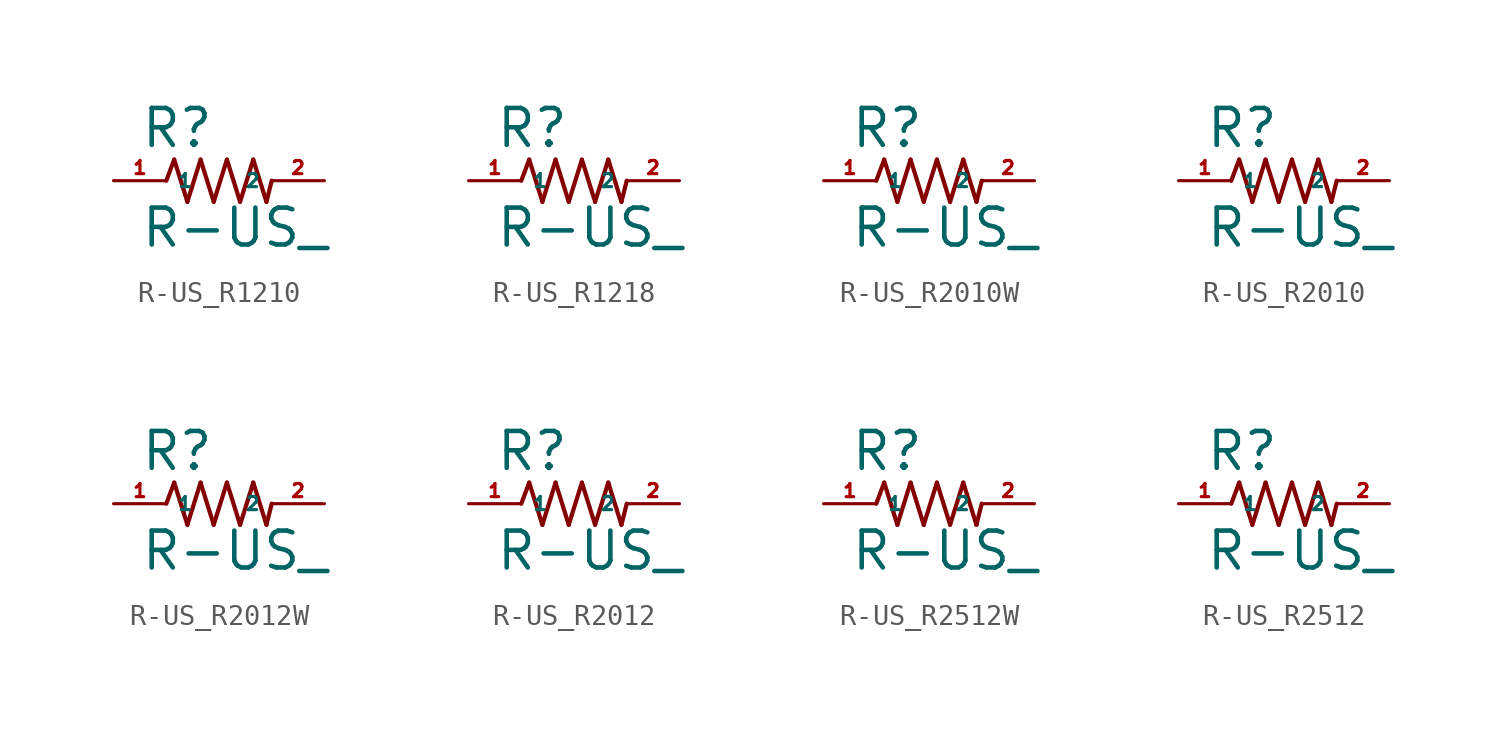
<source format=kicad_sym>
(kicad_symbol_lib
  (version 20220914)
  (generator Eagle2Kicad)
  (symbol "R-US_R1210"
    (property "Reference" "R"
      (at -3.81 1.499 0)
      (effects (font (size 1.778 1.778) (thickness 0.22)) (justify left bottom)))
    (property "Value" "R-US_"
      (at -3.81 -3.302 0)
      (effects (font (size 1.778 1.778) (thickness 0.22)) (justify left bottom)))
    (polyline
      (pts (xy -2.54 0) (xy -2.159 1.016))
      (stroke (width 0.203) (type default))
      (fill (type none)))
    (polyline
      (pts (xy -2.159 1.016) (xy -1.524 -1.016))
      (stroke (width 0.203) (type default))
      (fill (type none)))
    (polyline
      (pts (xy -1.524 -1.016) (xy -0.889 1.016))
      (stroke (width 0.203) (type default))
      (fill (type none)))
    (polyline
      (pts (xy -0.889 1.016) (xy -0.254 -1.016))
      (stroke (width 0.203) (type default))
      (fill (type none)))
    (polyline
      (pts (xy -0.254 -1.016) (xy 0.381 1.016))
      (stroke (width 0.203) (type default))
      (fill (type none)))
    (polyline
      (pts (xy 0.381 1.016) (xy 1.016 -1.016))
      (stroke (width 0.203) (type default))
      (fill (type none)))
    (polyline
      (pts (xy 1.016 -1.016) (xy 1.651 1.016))
      (stroke (width 0.203) (type default))
      (fill (type none)))
    (polyline
      (pts (xy 1.651 1.016) (xy 2.286 -1.016))
      (stroke (width 0.203) (type default))
      (fill (type none)))
    (polyline
      (pts (xy 2.286 -1.016) (xy 2.54 0))
      (stroke (width 0.203) (type default))
      (fill (type none)))
    (pin passive line
      (at 5.08 0 180)
      (length 2.54)
      (name "2" (effects (font (size 0.635 0.635) (thickness 0.08)) (justify left bottom)))
      (number "2" (effects (font (size 0.635 0.635) (thickness 0.08)) (justify left bottom))))
    (pin passive line
      (at -5.08 0 0)
      (length 2.54)
      (name "1" (effects (font (size 0.635 0.635) (thickness 0.08)) (justify left bottom)))
      (number "1" (effects (font (size 0.635 0.635) (thickness 0.08)) (justify left bottom)))))
  (symbol "R-US_R1218"
    (property "Reference" "R"
      (at -3.81 1.499 0)
      (effects (font (size 1.778 1.778) (thickness 0.22)) (justify left bottom)))
    (property "Value" "R-US_"
      (at -3.81 -3.302 0)
      (effects (font (size 1.778 1.778) (thickness 0.22)) (justify left bottom)))
    (polyline
      (pts (xy -2.54 0) (xy -2.159 1.016))
      (stroke (width 0.203) (type default))
      (fill (type none)))
    (polyline
      (pts (xy -2.159 1.016) (xy -1.524 -1.016))
      (stroke (width 0.203) (type default))
      (fill (type none)))
    (polyline
      (pts (xy -1.524 -1.016) (xy -0.889 1.016))
      (stroke (width 0.203) (type default))
      (fill (type none)))
    (polyline
      (pts (xy -0.889 1.016) (xy -0.254 -1.016))
      (stroke (width 0.203) (type default))
      (fill (type none)))
    (polyline
      (pts (xy -0.254 -1.016) (xy 0.381 1.016))
      (stroke (width 0.203) (type default))
      (fill (type none)))
    (polyline
      (pts (xy 0.381 1.016) (xy 1.016 -1.016))
      (stroke (width 0.203) (type default))
      (fill (type none)))
    (polyline
      (pts (xy 1.016 -1.016) (xy 1.651 1.016))
      (stroke (width 0.203) (type default))
      (fill (type none)))
    (polyline
      (pts (xy 1.651 1.016) (xy 2.286 -1.016))
      (stroke (width 0.203) (type default))
      (fill (type none)))
    (polyline
      (pts (xy 2.286 -1.016) (xy 2.54 0))
      (stroke (width 0.203) (type default))
      (fill (type none)))
    (pin passive line
      (at 5.08 0 180)
      (length 2.54)
      (name "2" (effects (font (size 0.635 0.635) (thickness 0.08)) (justify left bottom)))
      (number "2" (effects (font (size 0.635 0.635) (thickness 0.08)) (justify left bottom))))
    (pin passive line
      (at -5.08 0 0)
      (length 2.54)
      (name "1" (effects (font (size 0.635 0.635) (thickness 0.08)) (justify left bottom)))
      (number "1" (effects (font (size 0.635 0.635) (thickness 0.08)) (justify left bottom)))))
  (symbol "R-US_R2010W"
    (property "Reference" "R"
      (at -3.81 1.499 0)
      (effects (font (size 1.778 1.778) (thickness 0.22)) (justify left bottom)))
    (property "Value" "R-US_"
      (at -3.81 -3.302 0)
      (effects (font (size 1.778 1.778) (thickness 0.22)) (justify left bottom)))
    (polyline
      (pts (xy -2.54 0) (xy -2.159 1.016))
      (stroke (width 0.203) (type default))
      (fill (type none)))
    (polyline
      (pts (xy -2.159 1.016) (xy -1.524 -1.016))
      (stroke (width 0.203) (type default))
      (fill (type none)))
    (polyline
      (pts (xy -1.524 -1.016) (xy -0.889 1.016))
      (stroke (width 0.203) (type default))
      (fill (type none)))
    (polyline
      (pts (xy -0.889 1.016) (xy -0.254 -1.016))
      (stroke (width 0.203) (type default))
      (fill (type none)))
    (polyline
      (pts (xy -0.254 -1.016) (xy 0.381 1.016))
      (stroke (width 0.203) (type default))
      (fill (type none)))
    (polyline
      (pts (xy 0.381 1.016) (xy 1.016 -1.016))
      (stroke (width 0.203) (type default))
      (fill (type none)))
    (polyline
      (pts (xy 1.016 -1.016) (xy 1.651 1.016))
      (stroke (width 0.203) (type default))
      (fill (type none)))
    (polyline
      (pts (xy 1.651 1.016) (xy 2.286 -1.016))
      (stroke (width 0.203) (type default))
      (fill (type none)))
    (polyline
      (pts (xy 2.286 -1.016) (xy 2.54 0))
      (stroke (width 0.203) (type default))
      (fill (type none)))
    (pin passive line
      (at 5.08 0 180)
      (length 2.54)
      (name "2" (effects (font (size 0.635 0.635) (thickness 0.08)) (justify left bottom)))
      (number "2" (effects (font (size 0.635 0.635) (thickness 0.08)) (justify left bottom))))
    (pin passive line
      (at -5.08 0 0)
      (length 2.54)
      (name "1" (effects (font (size 0.635 0.635) (thickness 0.08)) (justify left bottom)))
      (number "1" (effects (font (size 0.635 0.635) (thickness 0.08)) (justify left bottom)))))
  (symbol "R-US_R2010"
    (property "Reference" "R"
      (at -3.81 1.499 0)
      (effects (font (size 1.778 1.778) (thickness 0.22)) (justify left bottom)))
    (property "Value" "R-US_"
      (at -3.81 -3.302 0)
      (effects (font (size 1.778 1.778) (thickness 0.22)) (justify left bottom)))
    (polyline
      (pts (xy -2.54 0) (xy -2.159 1.016))
      (stroke (width 0.203) (type default))
      (fill (type none)))
    (polyline
      (pts (xy -2.159 1.016) (xy -1.524 -1.016))
      (stroke (width 0.203) (type default))
      (fill (type none)))
    (polyline
      (pts (xy -1.524 -1.016) (xy -0.889 1.016))
      (stroke (width 0.203) (type default))
      (fill (type none)))
    (polyline
      (pts (xy -0.889 1.016) (xy -0.254 -1.016))
      (stroke (width 0.203) (type default))
      (fill (type none)))
    (polyline
      (pts (xy -0.254 -1.016) (xy 0.381 1.016))
      (stroke (width 0.203) (type default))
      (fill (type none)))
    (polyline
      (pts (xy 0.381 1.016) (xy 1.016 -1.016))
      (stroke (width 0.203) (type default))
      (fill (type none)))
    (polyline
      (pts (xy 1.016 -1.016) (xy 1.651 1.016))
      (stroke (width 0.203) (type default))
      (fill (type none)))
    (polyline
      (pts (xy 1.651 1.016) (xy 2.286 -1.016))
      (stroke (width 0.203) (type default))
      (fill (type none)))
    (polyline
      (pts (xy 2.286 -1.016) (xy 2.54 0))
      (stroke (width 0.203) (type default))
      (fill (type none)))
    (pin passive line
      (at 5.08 0 180)
      (length 2.54)
      (name "2" (effects (font (size 0.635 0.635) (thickness 0.08)) (justify left bottom)))
      (number "2" (effects (font (size 0.635 0.635) (thickness 0.08)) (justify left bottom))))
    (pin passive line
      (at -5.08 0 0)
      (length 2.54)
      (name "1" (effects (font (size 0.635 0.635) (thickness 0.08)) (justify left bottom)))
      (number "1" (effects (font (size 0.635 0.635) (thickness 0.08)) (justify left bottom)))))
  (symbol "R-US_R2012W"
    (property "Reference" "R"
      (at -3.81 1.499 0)
      (effects (font (size 1.778 1.778) (thickness 0.22)) (justify left bottom)))
    (property "Value" "R-US_"
      (at -3.81 -3.302 0)
      (effects (font (size 1.778 1.778) (thickness 0.22)) (justify left bottom)))
    (polyline
      (pts (xy -2.54 0) (xy -2.159 1.016))
      (stroke (width 0.203) (type default))
      (fill (type none)))
    (polyline
      (pts (xy -2.159 1.016) (xy -1.524 -1.016))
      (stroke (width 0.203) (type default))
      (fill (type none)))
    (polyline
      (pts (xy -1.524 -1.016) (xy -0.889 1.016))
      (stroke (width 0.203) (type default))
      (fill (type none)))
    (polyline
      (pts (xy -0.889 1.016) (xy -0.254 -1.016))
      (stroke (width 0.203) (type default))
      (fill (type none)))
    (polyline
      (pts (xy -0.254 -1.016) (xy 0.381 1.016))
      (stroke (width 0.203) (type default))
      (fill (type none)))
    (polyline
      (pts (xy 0.381 1.016) (xy 1.016 -1.016))
      (stroke (width 0.203) (type default))
      (fill (type none)))
    (polyline
      (pts (xy 1.016 -1.016) (xy 1.651 1.016))
      (stroke (width 0.203) (type default))
      (fill (type none)))
    (polyline
      (pts (xy 1.651 1.016) (xy 2.286 -1.016))
      (stroke (width 0.203) (type default))
      (fill (type none)))
    (polyline
      (pts (xy 2.286 -1.016) (xy 2.54 0))
      (stroke (width 0.203) (type default))
      (fill (type none)))
    (pin passive line
      (at 5.08 0 180)
      (length 2.54)
      (name "2" (effects (font (size 0.635 0.635) (thickness 0.08)) (justify left bottom)))
      (number "2" (effects (font (size 0.635 0.635) (thickness 0.08)) (justify left bottom))))
    (pin passive line
      (at -5.08 0 0)
      (length 2.54)
      (name "1" (effects (font (size 0.635 0.635) (thickness 0.08)) (justify left bottom)))
      (number "1" (effects (font (size 0.635 0.635) (thickness 0.08)) (justify left bottom)))))
  (symbol "R-US_R2012"
    (property "Reference" "R"
      (at -3.81 1.499 0)
      (effects (font (size 1.778 1.778) (thickness 0.22)) (justify left bottom)))
    (property "Value" "R-US_"
      (at -3.81 -3.302 0)
      (effects (font (size 1.778 1.778) (thickness 0.22)) (justify left bottom)))
    (polyline
      (pts (xy -2.54 0) (xy -2.159 1.016))
      (stroke (width 0.203) (type default))
      (fill (type none)))
    (polyline
      (pts (xy -2.159 1.016) (xy -1.524 -1.016))
      (stroke (width 0.203) (type default))
      (fill (type none)))
    (polyline
      (pts (xy -1.524 -1.016) (xy -0.889 1.016))
      (stroke (width 0.203) (type default))
      (fill (type none)))
    (polyline
      (pts (xy -0.889 1.016) (xy -0.254 -1.016))
      (stroke (width 0.203) (type default))
      (fill (type none)))
    (polyline
      (pts (xy -0.254 -1.016) (xy 0.381 1.016))
      (stroke (width 0.203) (type default))
      (fill (type none)))
    (polyline
      (pts (xy 0.381 1.016) (xy 1.016 -1.016))
      (stroke (width 0.203) (type default))
      (fill (type none)))
    (polyline
      (pts (xy 1.016 -1.016) (xy 1.651 1.016))
      (stroke (width 0.203) (type default))
      (fill (type none)))
    (polyline
      (pts (xy 1.651 1.016) (xy 2.286 -1.016))
      (stroke (width 0.203) (type default))
      (fill (type none)))
    (polyline
      (pts (xy 2.286 -1.016) (xy 2.54 0))
      (stroke (width 0.203) (type default))
      (fill (type none)))
    (pin passive line
      (at 5.08 0 180)
      (length 2.54)
      (name "2" (effects (font (size 0.635 0.635) (thickness 0.08)) (justify left bottom)))
      (number "2" (effects (font (size 0.635 0.635) (thickness 0.08)) (justify left bottom))))
    (pin passive line
      (at -5.08 0 0)
      (length 2.54)
      (name "1" (effects (font (size 0.635 0.635) (thickness 0.08)) (justify left bottom)))
      (number "1" (effects (font (size 0.635 0.635) (thickness 0.08)) (justify left bottom)))))
  (symbol "R-US_R2512W"
    (property "Reference" "R"
      (at -3.81 1.499 0)
      (effects (font (size 1.778 1.778) (thickness 0.22)) (justify left bottom)))
    (property "Value" "R-US_"
      (at -3.81 -3.302 0)
      (effects (font (size 1.778 1.778) (thickness 0.22)) (justify left bottom)))
    (polyline
      (pts (xy -2.54 0) (xy -2.159 1.016))
      (stroke (width 0.203) (type default))
      (fill (type none)))
    (polyline
      (pts (xy -2.159 1.016) (xy -1.524 -1.016))
      (stroke (width 0.203) (type default))
      (fill (type none)))
    (polyline
      (pts (xy -1.524 -1.016) (xy -0.889 1.016))
      (stroke (width 0.203) (type default))
      (fill (type none)))
    (polyline
      (pts (xy -0.889 1.016) (xy -0.254 -1.016))
      (stroke (width 0.203) (type default))
      (fill (type none)))
    (polyline
      (pts (xy -0.254 -1.016) (xy 0.381 1.016))
      (stroke (width 0.203) (type default))
      (fill (type none)))
    (polyline
      (pts (xy 0.381 1.016) (xy 1.016 -1.016))
      (stroke (width 0.203) (type default))
      (fill (type none)))
    (polyline
      (pts (xy 1.016 -1.016) (xy 1.651 1.016))
      (stroke (width 0.203) (type default))
      (fill (type none)))
    (polyline
      (pts (xy 1.651 1.016) (xy 2.286 -1.016))
      (stroke (width 0.203) (type default))
      (fill (type none)))
    (polyline
      (pts (xy 2.286 -1.016) (xy 2.54 0))
      (stroke (width 0.203) (type default))
      (fill (type none)))
    (pin passive line
      (at 5.08 0 180)
      (length 2.54)
      (name "2" (effects (font (size 0.635 0.635) (thickness 0.08)) (justify left bottom)))
      (number "2" (effects (font (size 0.635 0.635) (thickness 0.08)) (justify left bottom))))
    (pin passive line
      (at -5.08 0 0)
      (length 2.54)
      (name "1" (effects (font (size 0.635 0.635) (thickness 0.08)) (justify left bottom)))
      (number "1" (effects (font (size 0.635 0.635) (thickness 0.08)) (justify left bottom)))))
  (symbol "R-US_R2512"
    (property "Reference" "R"
      (at -3.81 1.499 0)
      (effects (font (size 1.778 1.778) (thickness 0.22)) (justify left bottom)))
    (property "Value" "R-US_"
      (at -3.81 -3.302 0)
      (effects (font (size 1.778 1.778) (thickness 0.22)) (justify left bottom)))
    (polyline
      (pts (xy -2.54 0) (xy -2.159 1.016))
      (stroke (width 0.203) (type default))
      (fill (type none)))
    (polyline
      (pts (xy -2.159 1.016) (xy -1.524 -1.016))
      (stroke (width 0.203) (type default))
      (fill (type none)))
    (polyline
      (pts (xy -1.524 -1.016) (xy -0.889 1.016))
      (stroke (width 0.203) (type default))
      (fill (type none)))
    (polyline
      (pts (xy -0.889 1.016) (xy -0.254 -1.016))
      (stroke (width 0.203) (type default))
      (fill (type none)))
    (polyline
      (pts (xy -0.254 -1.016) (xy 0.381 1.016))
      (stroke (width 0.203) (type default))
      (fill (type none)))
    (polyline
      (pts (xy 0.381 1.016) (xy 1.016 -1.016))
      (stroke (width 0.203) (type default))
      (fill (type none)))
    (polyline
      (pts (xy 1.016 -1.016) (xy 1.651 1.016))
      (stroke (width 0.203) (type default))
      (fill (type none)))
    (polyline
      (pts (xy 1.651 1.016) (xy 2.286 -1.016))
      (stroke (width 0.203) (type default))
      (fill (type none)))
    (polyline
      (pts (xy 2.286 -1.016) (xy 2.54 0))
      (stroke (width 0.203) (type default))
      (fill (type none)))
    (pin passive line
      (at 5.08 0 180)
      (length 2.54)
      (name "2" (effects (font (size 0.635 0.635) (thickness 0.08)) (justify left bottom)))
      (number "2" (effects (font (size 0.635 0.635) (thickness 0.08)) (justify left bottom))))
    (pin passive line
      (at -5.08 0 0)
      (length 2.54)
      (name "1" (effects (font (size 0.635 0.635) (thickness 0.08)) (justify left bottom)))
      (number "1" (effects (font (size 0.635 0.635) (thickness 0.08)) (justify left bottom))))))
</source>
